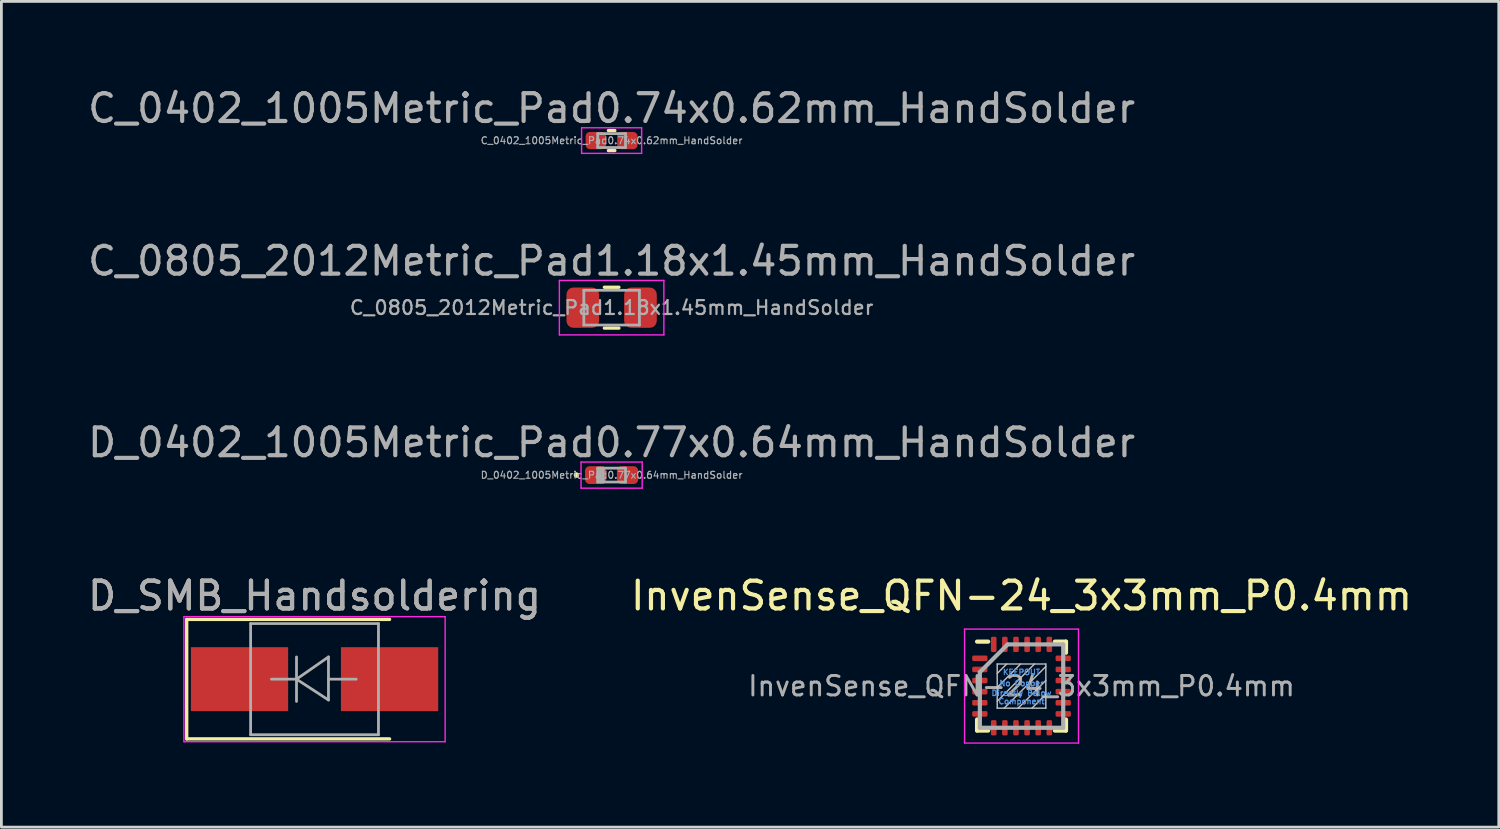
<source format=kicad_pcb>
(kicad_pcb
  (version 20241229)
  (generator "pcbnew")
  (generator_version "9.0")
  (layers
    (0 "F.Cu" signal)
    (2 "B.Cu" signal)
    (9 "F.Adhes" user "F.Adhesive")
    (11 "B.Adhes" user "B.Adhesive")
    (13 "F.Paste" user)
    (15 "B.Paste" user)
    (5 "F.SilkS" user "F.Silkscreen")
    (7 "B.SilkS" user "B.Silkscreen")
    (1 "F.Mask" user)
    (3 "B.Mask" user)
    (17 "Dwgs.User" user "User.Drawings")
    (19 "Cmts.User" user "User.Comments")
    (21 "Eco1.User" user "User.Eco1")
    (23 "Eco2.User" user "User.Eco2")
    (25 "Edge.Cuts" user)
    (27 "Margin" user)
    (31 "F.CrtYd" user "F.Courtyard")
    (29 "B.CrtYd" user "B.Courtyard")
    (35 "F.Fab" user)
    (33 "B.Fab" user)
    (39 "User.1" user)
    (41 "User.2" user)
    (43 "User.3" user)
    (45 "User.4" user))
  (footprint "D_SMB_Handsoldering"
    (layer "F.Cu")
    (at 8.268 21.388)
    (property "Reference" "D_SMB_Handsoldering" (at 0 -3 0) (layer "F.Fab") (effects (font (size 1 1) (thickness 0.15))))
    (attr smd)
    (fp_line (start -4.6 -2.15) (end -4.6 2.15) (stroke (width 0.12) (type solid)) (layer "F.SilkS"))
    (fp_line (start -4.6 -2.15) (end 2.7 -2.15) (stroke (width 0.12) (type solid)) (layer "F.SilkS"))
    (fp_line (start -4.6 2.15) (end 2.7 2.15) (stroke (width 0.12) (type solid)) (layer "F.SilkS"))
    (fp_line (start -4.7 -2.25) (end 4.7 -2.25) (stroke (width 0.05) (type solid)) (layer "F.CrtYd"))
    (fp_line (start -4.7 2.25) (end -4.7 -2.25) (stroke (width 0.05) (type solid)) (layer "F.CrtYd"))
    (fp_line (start 4.7 -2.25) (end 4.7 2.25) (stroke (width 0.05) (type solid)) (layer "F.CrtYd"))
    (fp_line (start 4.7 2.25) (end -4.7 2.25) (stroke (width 0.05) (type solid)) (layer "F.CrtYd"))
    (fp_line (start -2.3 2) (end -2.3 -2) (stroke (width 0.1) (type solid)) (layer "F.Fab"))
    (fp_line (start -0.649 -0.799) (end -0.649 0.801) (stroke (width 0.1) (type solid)) (layer "F.Fab"))
    (fp_line (start -0.649 0.001) (end -1.551 0.001) (stroke (width 0.1) (type solid)) (layer "F.Fab"))
    (fp_line (start -0.649 0.001) (end 0.501 -0.799) (stroke (width 0.1) (type solid)) (layer "F.Fab"))
    (fp_line (start -0.649 0.001) (end 0.501 0.75) (stroke (width 0.1) (type solid)) (layer "F.Fab"))
    (fp_line (start 0.501 0.001) (end 1.499 0.001) (stroke (width 0.1) (type solid)) (layer "F.Fab"))
    (fp_line (start 0.501 0.75) (end 0.501 -0.799) (stroke (width 0.1) (type solid)) (layer "F.Fab"))
    (fp_line (start 2.3 -2) (end -2.3 -2) (stroke (width 0.1) (type solid)) (layer "F.Fab"))
    (fp_line (start 2.3 -2) (end 2.3 2) (stroke (width 0.1) (type solid)) (layer "F.Fab"))
    (fp_line (start 2.3 2) (end -2.3 2) (stroke (width 0.1) (type solid)) (layer "F.Fab"))
    (fp_text user "${REFERENCE}" (at 0 -3 0) (layer "F.Fab") (effects (font (size 1 1) (thickness 0.15))))
    (pad "1" smd rect (at -2.7 0) (size 3.5 2.3) (layers "F.Cu" "F.Mask" "F.Paste"))
    (pad "2" smd rect (at 2.7 0) (size 3.5 2.3) (layers "F.Cu" "F.Mask" "F.Paste")))
  (footprint "D_0402_1005Metric_Pad0.77x0.64mm_HandSolder"
    (layer "F.Cu")
    (at 18.958 14.045)
    (property "Reference" "D_0402_1005Metric_Pad0.77x0.64mm_HandSolder" (at 0 -1.17 0) (layer "F.Fab") (effects (font (size 1 1) (thickness 0.15))))
    (attr smd)
    (fp_circle (center -1.265 0) (end -1.215 0) (stroke (width 0.1) (type solid)) (fill no) (layer "F.SilkS"))
    (fp_line (start -1.1 -0.47) (end 1.1 -0.47) (stroke (width 0.05) (type solid)) (layer "F.CrtYd"))
    (fp_line (start -1.1 0.47) (end -1.1 -0.47) (stroke (width 0.05) (type solid)) (layer "F.CrtYd"))
    (fp_line (start 1.1 -0.47) (end 1.1 0.47) (stroke (width 0.05) (type solid)) (layer "F.CrtYd"))
    (fp_line (start 1.1 0.47) (end -1.1 0.47) (stroke (width 0.05) (type solid)) (layer "F.CrtYd"))
    (fp_line (start -0.5 -0.25) (end 0.5 -0.25) (stroke (width 0.1) (type solid)) (layer "F.Fab"))
    (fp_line (start -0.5 0.25) (end -0.5 -0.25) (stroke (width 0.1) (type solid)) (layer "F.Fab"))
    (fp_line (start -0.4 0.25) (end -0.4 -0.25) (stroke (width 0.1) (type solid)) (layer "F.Fab"))
    (fp_line (start -0.3 0.25) (end -0.3 -0.25) (stroke (width 0.1) (type solid)) (layer "F.Fab"))
    (fp_line (start 0.5 -0.25) (end 0.5 0.25) (stroke (width 0.1) (type solid)) (layer "F.Fab"))
    (fp_line (start 0.5 0.25) (end -0.5 0.25) (stroke (width 0.1) (type solid)) (layer "F.Fab"))
    (fp_text user "${REFERENCE}" (at 0 0 0) (layer "F.Fab") (effects (font (size 0.25 0.25) (thickness 0.04))))
    (pad "1" smd roundrect (at -0.573 0) (size 0.765 0.64) (layers "F.Cu" "F.Mask" "F.Paste") (roundrect_rratio 0.25))
    (pad "2" smd roundrect (at 0.573 0) (size 0.765 0.64) (layers "F.Cu" "F.Mask" "F.Paste") (roundrect_rratio 0.25)))
  (footprint "InvenSense_QFN-24_3x3mm_P0.4mm"
    (layer "F.Cu")
    (at 33.708 21.638)
    (property "Reference" "InvenSense_QFN-24_3x3mm_P0.4mm" (at 0 -3.25 0) (layer "F.SilkS") (effects (font (size 1 1) (thickness 0.15))))
    (attr smd)
    (fp_line (start -1.6 -1.6) (end -1.2 -1.6) (stroke (width 0.15) (type solid)) (layer "F.SilkS"))
    (fp_line (start -1.6 1.6) (end -1.6 1.2) (stroke (width 0.15) (type solid)) (layer "F.SilkS"))
    (fp_line (start -1.6 1.6) (end -1.2 1.6) (stroke (width 0.15) (type solid)) (layer "F.SilkS"))
    (fp_line (start 1.6 -1.6) (end 1.2 -1.6) (stroke (width 0.15) (type solid)) (layer "F.SilkS"))
    (fp_line (start 1.6 -1.6) (end 1.6 -1.2) (stroke (width 0.15) (type solid)) (layer "F.SilkS"))
    (fp_line (start 1.6 1.6) (end 1.2 1.6) (stroke (width 0.15) (type solid)) (layer "F.SilkS"))
    (fp_line (start 1.6 1.6) (end 1.6 1.2) (stroke (width 0.15) (type solid)) (layer "F.SilkS"))
    (fp_line (start -0.875 -0.795) (end -0.875 0.795) (stroke (width 0.05) (type solid)) (layer "Dwgs.User"))
    (fp_line (start -0.875 -0.795) (end 0.875 -0.795) (stroke (width 0.05) (type solid)) (layer "Dwgs.User"))
    (fp_line (start -0.875 0.795) (end 0.875 0.795) (stroke (width 0.05) (type solid)) (layer "Dwgs.User"))
    (fp_line (start -0.535 -0.795) (end -0.875 -0.455) (stroke (width 0.05) (type solid)) (layer "Dwgs.User"))
    (fp_line (start -0.035 -0.795) (end -0.875 0.045) (stroke (width 0.05) (type solid)) (layer "Dwgs.User"))
    (fp_line (start 0.465 -0.795) (end -0.875 0.545) (stroke (width 0.05) (type solid)) (layer "Dwgs.User"))
    (fp_line (start 0.875 -0.795) (end 0.875 0.795) (stroke (width 0.05) (type solid)) (layer "Dwgs.User"))
    (fp_line (start 0.875 -0.705) (end -0.625 0.795) (stroke (width 0.05) (type solid)) (layer "Dwgs.User"))
    (fp_line (start 0.875 -0.205) (end -0.125 0.795) (stroke (width 0.05) (type solid)) (layer "Dwgs.User"))
    (fp_line (start 0.875 0.295) (end 0.375 0.795) (stroke (width 0.05) (type solid)) (layer "Dwgs.User"))
    (fp_line (start -2.05 -2.05) (end 2.05 -2.05) (stroke (width 0.05) (type solid)) (layer "F.CrtYd"))
    (fp_line (start -2.05 2.05) (end -2.05 -2.05) (stroke (width 0.05) (type solid)) (layer "F.CrtYd"))
    (fp_line (start 2.05 -2.05) (end 2.05 2.05) (stroke (width 0.05) (type solid)) (layer "F.CrtYd"))
    (fp_line (start 2.05 2.05) (end -2.05 2.05) (stroke (width 0.05) (type solid)) (layer "F.CrtYd"))
    (fp_line (start -1.5 -0.5) (end -0.5 -1.5) (stroke (width 0.15) (type solid)) (layer "F.Fab"))
    (fp_line (start -1.5 1.5) (end -1.5 -0.5) (stroke (width 0.15) (type solid)) (layer "F.Fab"))
    (fp_line (start -0.5 -1.5) (end 1.5 -1.5) (stroke (width 0.15) (type solid)) (layer "F.Fab"))
    (fp_line (start 1.5 -1.5) (end 1.5 1.5) (stroke (width 0.15) (type solid)) (layer "F.Fab"))
    (fp_line (start 1.5 1.5) (end -1.5 1.5) (stroke (width 0.15) (type solid)) (layer "F.Fab"))
    (fp_text user "Component" (at 0 0.55 0) (layer "Cmts.User") (effects (font (size 0.2 0.2) (thickness 0.04))))
    (fp_text user "Directly Below" (at 0 0.25 0) (layer "Cmts.User") (effects (font (size 0.2 0.2) (thickness 0.04))))
    (fp_text user "No Copper" (at 0 -0.1 0) (layer "Cmts.User") (effects (font (size 0.2 0.2) (thickness 0.04))))
    (fp_text user "KEEPOUT" (at 0 -0.5 0) (layer "Cmts.User") (effects (font (size 0.2 0.2) (thickness 0.04))))
    (fp_text user "${REFERENCE}" (at 0 0 0) (layer "F.Fab") (effects (font (size 0.7 0.7) (thickness 0.105))))
    (pad "1" smd roundrect (at -1.5 -1) (size 0.55 0.2) (layers "F.Cu" "F.Mask" "F.Paste") (roundrect_rratio 0.25))
    (pad "2" smd roundrect (at -1.5 -0.6) (size 0.55 0.2) (layers "F.Cu" "F.Mask" "F.Paste") (roundrect_rratio 0.25))
    (pad "3" smd roundrect (at -1.5 -0.2) (size 0.55 0.2) (layers "F.Cu" "F.Mask" "F.Paste") (roundrect_rratio 0.25))
    (pad "4" smd roundrect (at -1.5 0.2) (size 0.55 0.2) (layers "F.Cu" "F.Mask" "F.Paste") (roundrect_rratio 0.25))
    (pad "5" smd roundrect (at -1.5 0.6) (size 0.55 0.2) (layers "F.Cu" "F.Mask" "F.Paste") (roundrect_rratio 0.25))
    (pad "6" smd roundrect (at -1.5 1) (size 0.55 0.2) (layers "F.Cu" "F.Mask" "F.Paste") (roundrect_rratio 0.25))
    (pad "7" smd roundrect (at -1 1.5 90) (size 0.55 0.2) (layers "F.Cu" "F.Mask" "F.Paste") (roundrect_rratio 0.25))
    (pad "8" smd roundrect (at -0.6 1.5 90) (size 0.55 0.2) (layers "F.Cu" "F.Mask" "F.Paste") (roundrect_rratio 0.25))
    (pad "9" smd roundrect (at -0.2 1.5 90) (size 0.55 0.2) (layers "F.Cu" "F.Mask" "F.Paste") (roundrect_rratio 0.25))
    (pad "10" smd roundrect (at 0.2 1.5 90) (size 0.55 0.2) (layers "F.Cu" "F.Mask" "F.Paste") (roundrect_rratio 0.25))
    (pad "11" smd roundrect (at 0.6 1.5 90) (size 0.55 0.2) (layers "F.Cu" "F.Mask" "F.Paste") (roundrect_rratio 0.25))
    (pad "12" smd roundrect (at 1 1.5 90) (size 0.55 0.2) (layers "F.Cu" "F.Mask" "F.Paste") (roundrect_rratio 0.25))
    (pad "13" smd roundrect (at 1.5 1) (size 0.55 0.2) (layers "F.Cu" "F.Mask" "F.Paste") (roundrect_rratio 0.25))
    (pad "14" smd roundrect (at 1.5 0.6) (size 0.55 0.2) (layers "F.Cu" "F.Mask" "F.Paste") (roundrect_rratio 0.25))
    (pad "15" smd roundrect (at 1.5 0.2) (size 0.55 0.2) (layers "F.Cu" "F.Mask" "F.Paste") (roundrect_rratio 0.25))
    (pad "16" smd roundrect (at 1.5 -0.2) (size 0.55 0.2) (layers "F.Cu" "F.Mask" "F.Paste") (roundrect_rratio 0.25))
    (pad "17" smd roundrect (at 1.5 -0.6) (size 0.55 0.2) (layers "F.Cu" "F.Mask" "F.Paste") (roundrect_rratio 0.25))
    (pad "18" smd roundrect (at 1.5 -1) (size 0.55 0.2) (layers "F.Cu" "F.Mask" "F.Paste") (roundrect_rratio 0.25))
    (pad "19" smd roundrect (at 1 -1.5 90) (size 0.55 0.2) (layers "F.Cu" "F.Mask" "F.Paste") (roundrect_rratio 0.25))
    (pad "20" smd roundrect (at 0.6 -1.5 90) (size 0.55 0.2) (layers "F.Cu" "F.Mask" "F.Paste") (roundrect_rratio 0.25))
    (pad "21" smd roundrect (at 0.2 -1.5 90) (size 0.55 0.2) (layers "F.Cu" "F.Mask" "F.Paste") (roundrect_rratio 0.25))
    (pad "22" smd roundrect (at -0.2 -1.5 90) (size 0.55 0.2) (layers "F.Cu" "F.Mask" "F.Paste") (roundrect_rratio 0.25))
    (pad "23" smd roundrect (at -0.6 -1.5 90) (size 0.55 0.2) (layers "F.Cu" "F.Mask" "F.Paste") (roundrect_rratio 0.25))
    (pad "24" smd roundrect (at -1 -1.5 90) (size 0.55 0.2) (layers "F.Cu" "F.Mask" "F.Paste") (roundrect_rratio 0.25)))
  (footprint "C_0805_2012Metric_Pad1.18x1.45mm_HandSolder"
    (layer "F.Cu")
    (at 18.958 8.021)
    (property "Reference" "C_0805_2012Metric_Pad1.18x1.45mm_HandSolder" (at 0 -1.68 0) (layer "F.Fab") (effects (font (size 1 1) (thickness 0.15))))
    (attr smd)
    (fp_line (start -0.261 -0.735) (end 0.261 -0.735) (stroke (width 0.12) (type solid)) (layer "F.SilkS"))
    (fp_line (start -0.261 0.735) (end 0.261 0.735) (stroke (width 0.12) (type solid)) (layer "F.SilkS"))
    (fp_line (start -1.88 -0.98) (end 1.88 -0.98) (stroke (width 0.05) (type solid)) (layer "F.CrtYd"))
    (fp_line (start -1.88 0.98) (end -1.88 -0.98) (stroke (width 0.05) (type solid)) (layer "F.CrtYd"))
    (fp_line (start 1.88 -0.98) (end 1.88 0.98) (stroke (width 0.05) (type solid)) (layer "F.CrtYd"))
    (fp_line (start 1.88 0.98) (end -1.88 0.98) (stroke (width 0.05) (type solid)) (layer "F.CrtYd"))
    (fp_line (start -1 -0.625) (end 1 -0.625) (stroke (width 0.1) (type solid)) (layer "F.Fab"))
    (fp_line (start -1 0.625) (end -1 -0.625) (stroke (width 0.1) (type solid)) (layer "F.Fab"))
    (fp_line (start 1 -0.625) (end 1 0.625) (stroke (width 0.1) (type solid)) (layer "F.Fab"))
    (fp_line (start 1 0.625) (end -1 0.625) (stroke (width 0.1) (type solid)) (layer "F.Fab"))
    (fp_text user "${REFERENCE}" (at 0 0 0) (layer "F.Fab") (effects (font (size 0.5 0.5) (thickness 0.08))))
    (pad "1" smd roundrect (at -1.038 0) (size 1.175 1.45) (layers "F.Cu" "F.Mask" "F.Paste") (roundrect_rratio 0.213))
    (pad "2" smd roundrect (at 1.038 0) (size 1.175 1.45) (layers "F.Cu" "F.Mask" "F.Paste") (roundrect_rratio 0.213)))
  (footprint "C_0402_1005Metric_Pad0.74x0.62mm_HandSolder"
    (layer "F.Cu")
    (at 18.958 2.008)
    (property "Reference" "C_0402_1005Metric_Pad0.74x0.62mm_HandSolder" (at 0 -1.16 0) (layer "F.Fab") (effects (font (size 1 1) (thickness 0.15))))
    (attr smd)
    (fp_line (start -0.116 -0.36) (end 0.116 -0.36) (stroke (width 0.12) (type solid)) (layer "F.SilkS"))
    (fp_line (start -0.116 0.36) (end 0.116 0.36) (stroke (width 0.12) (type solid)) (layer "F.SilkS"))
    (fp_line (start -1.08 -0.46) (end 1.08 -0.46) (stroke (width 0.05) (type solid)) (layer "F.CrtYd"))
    (fp_line (start -1.08 0.46) (end -1.08 -0.46) (stroke (width 0.05) (type solid)) (layer "F.CrtYd"))
    (fp_line (start 1.08 -0.46) (end 1.08 0.46) (stroke (width 0.05) (type solid)) (layer "F.CrtYd"))
    (fp_line (start 1.08 0.46) (end -1.08 0.46) (stroke (width 0.05) (type solid)) (layer "F.CrtYd"))
    (fp_line (start -0.5 -0.25) (end 0.5 -0.25) (stroke (width 0.1) (type solid)) (layer "F.Fab"))
    (fp_line (start -0.5 0.25) (end -0.5 -0.25) (stroke (width 0.1) (type solid)) (layer "F.Fab"))
    (fp_line (start 0.5 -0.25) (end 0.5 0.25) (stroke (width 0.1) (type solid)) (layer "F.Fab"))
    (fp_line (start 0.5 0.25) (end -0.5 0.25) (stroke (width 0.1) (type solid)) (layer "F.Fab"))
    (fp_text user "${REFERENCE}" (at 0 0 0) (layer "F.Fab") (effects (font (size 0.25 0.25) (thickness 0.04))))
    (pad "1" smd roundrect (at -0.568 0) (size 0.735 0.62) (layers "F.Cu" "F.Mask" "F.Paste") (roundrect_rratio 0.25))
    (pad "2" smd roundrect (at 0.568 0) (size 0.735 0.62) (layers "F.Cu" "F.Mask" "F.Paste") (roundrect_rratio 0.25)))
  (gr_rect
    (start -3 -3)
    (end 50.881 26.713)
    (stroke (width 0.1) (type default))
    (fill no)
    (layer "Edge.Cuts")))
</source>
